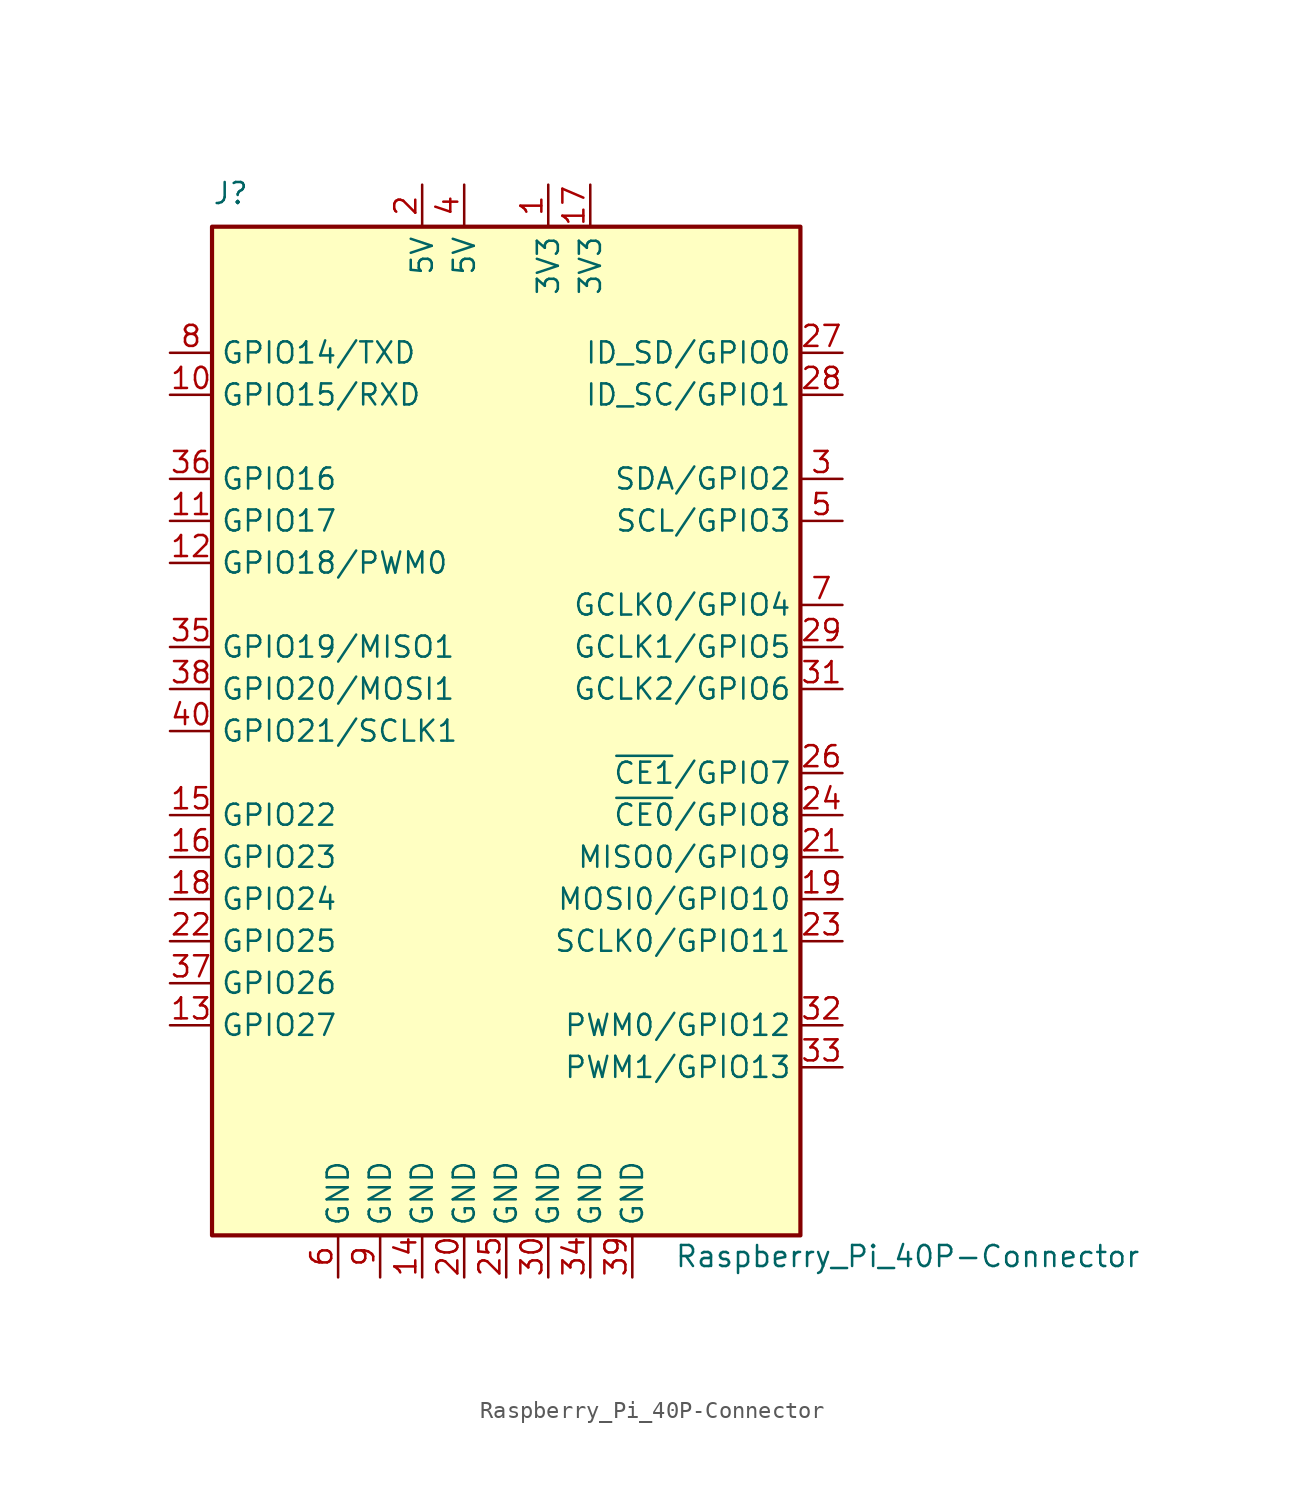
<source format=kicad_sym>
(kicad_symbol_lib
  (version 20200126)
  (host kicad_symbol_editor "(5.99.0-2251-g5226d6b4d)")
  (symbol "RaspberryPi:Raspberry_Pi_40P-Connector"
    (property "Reference" "J"
      (at -17.78 31.75 0)
      (effects (font (size 1.27 1.27)) (justify left bottom)))
    (property "Value" "Raspberry_Pi_40P-Connector"
      (at 10.16 -31.75 0)
      (effects (font (size 1.27 1.27)) (justify left)))
    (symbol "Raspberry_Pi_40P-Connector_0_1"
      (rectangle (start -17.78 30.48) (end 17.78 -30.48) (stroke (width 0.254)) (fill (type background))))
    (symbol "Raspberry_Pi_40P-Connector_1_1"
      (pin power_in line (at 2.54 33.02 270) (length 2.54) (name "3V3" (effects (font (size 1.27 1.27)))) (number "1" (effects (font (size 1.27 1.27)))))
      (pin bidirectional line (at -20.32 20.32 0) (length 2.54) (name "GPIO15/RXD" (effects (font (size 1.27 1.27)))) (number "10" (effects (font (size 1.27 1.27)))))
      (pin bidirectional line (at -20.32 12.7 0) (length 2.54) (name "GPIO17" (effects (font (size 1.27 1.27)))) (number "11" (effects (font (size 1.27 1.27)))))
      (pin bidirectional line (at -20.32 10.16 0) (length 2.54) (name "GPIO18/PWM0" (effects (font (size 1.27 1.27)))) (number "12" (effects (font (size 1.27 1.27)))))
      (pin bidirectional line (at -20.32 -17.78 0) (length 2.54) (name "GPIO27" (effects (font (size 1.27 1.27)))) (number "13" (effects (font (size 1.27 1.27)))))
      (pin power_in line (at -5.08 -33.02 90) (length 2.54) (name "GND" (effects (font (size 1.27 1.27)))) (number "14" (effects (font (size 1.27 1.27)))))
      (pin bidirectional line (at -20.32 -5.08 0) (length 2.54) (name "GPIO22" (effects (font (size 1.27 1.27)))) (number "15" (effects (font (size 1.27 1.27)))))
      (pin bidirectional line (at -20.32 -7.62 0) (length 2.54) (name "GPIO23" (effects (font (size 1.27 1.27)))) (number "16" (effects (font (size 1.27 1.27)))))
      (pin power_in line (at 5.08 33.02 270) (length 2.54) (name "3V3" (effects (font (size 1.27 1.27)))) (number "17" (effects (font (size 1.27 1.27)))))
      (pin bidirectional line (at -20.32 -10.16 0) (length 2.54) (name "GPIO24" (effects (font (size 1.27 1.27)))) (number "18" (effects (font (size 1.27 1.27)))))
      (pin bidirectional line (at 20.32 -10.16 180) (length 2.54) (name "MOSI0/GPIO10" (effects (font (size 1.27 1.27)))) (number "19" (effects (font (size 1.27 1.27)))))
      (pin power_in line (at -5.08 33.02 270) (length 2.54) (name "5V" (effects (font (size 1.27 1.27)))) (number "2" (effects (font (size 1.27 1.27)))))
      (pin power_in line (at -2.54 -33.02 90) (length 2.54) (name "GND" (effects (font (size 1.27 1.27)))) (number "20" (effects (font (size 1.27 1.27)))))
      (pin bidirectional line (at 20.32 -7.62 180) (length 2.54) (name "MISO0/GPIO9" (effects (font (size 1.27 1.27)))) (number "21" (effects (font (size 1.27 1.27)))))
      (pin bidirectional line (at -20.32 -12.7 0) (length 2.54) (name "GPIO25" (effects (font (size 1.27 1.27)))) (number "22" (effects (font (size 1.27 1.27)))))
      (pin bidirectional line (at 20.32 -12.7 180) (length 2.54) (name "SCLK0/GPIO11" (effects (font (size 1.27 1.27)))) (number "23" (effects (font (size 1.27 1.27)))))
      (pin bidirectional line (at 20.32 -5.08 180) (length 2.54) (name "~CE0~/GPIO8" (effects (font (size 1.27 1.27)))) (number "24" (effects (font (size 1.27 1.27)))))
      (pin power_in line (at 0 -33.02 90) (length 2.54) (name "GND" (effects (font (size 1.27 1.27)))) (number "25" (effects (font (size 1.27 1.27)))))
      (pin bidirectional line (at 20.32 -2.54 180) (length 2.54) (name "~CE1~/GPIO7" (effects (font (size 1.27 1.27)))) (number "26" (effects (font (size 1.27 1.27)))))
      (pin bidirectional line (at 20.32 22.86 180) (length 2.54) (name "ID_SD/GPIO0" (effects (font (size 1.27 1.27)))) (number "27" (effects (font (size 1.27 1.27)))))
      (pin bidirectional line (at 20.32 20.32 180) (length 2.54) (name "ID_SC/GPIO1" (effects (font (size 1.27 1.27)))) (number "28" (effects (font (size 1.27 1.27)))))
      (pin bidirectional line (at 20.32 5.08 180) (length 2.54) (name "GCLK1/GPIO5" (effects (font (size 1.27 1.27)))) (number "29" (effects (font (size 1.27 1.27)))))
      (pin bidirectional line (at 20.32 15.24 180) (length 2.54) (name "SDA/GPIO2" (effects (font (size 1.27 1.27)))) (number "3" (effects (font (size 1.27 1.27)))))
      (pin power_in line (at 2.54 -33.02 90) (length 2.54) (name "GND" (effects (font (size 1.27 1.27)))) (number "30" (effects (font (size 1.27 1.27)))))
      (pin bidirectional line (at 20.32 2.54 180) (length 2.54) (name "GCLK2/GPIO6" (effects (font (size 1.27 1.27)))) (number "31" (effects (font (size 1.27 1.27)))))
      (pin bidirectional line (at 20.32 -17.78 180) (length 2.54) (name "PWM0/GPIO12" (effects (font (size 1.27 1.27)))) (number "32" (effects (font (size 1.27 1.27)))))
      (pin bidirectional line (at 20.32 -20.32 180) (length 2.54) (name "PWM1/GPIO13" (effects (font (size 1.27 1.27)))) (number "33" (effects (font (size 1.27 1.27)))))
      (pin power_in line (at 5.08 -33.02 90) (length 2.54) (name "GND" (effects (font (size 1.27 1.27)))) (number "34" (effects (font (size 1.27 1.27)))))
      (pin bidirectional line (at -20.32 5.08 0) (length 2.54) (name "GPIO19/MISO1" (effects (font (size 1.27 1.27)))) (number "35" (effects (font (size 1.27 1.27)))))
      (pin bidirectional line (at -20.32 15.24 0) (length 2.54) (name "GPIO16" (effects (font (size 1.27 1.27)))) (number "36" (effects (font (size 1.27 1.27)))))
      (pin bidirectional line (at -20.32 -15.24 0) (length 2.54) (name "GPIO26" (effects (font (size 1.27 1.27)))) (number "37" (effects (font (size 1.27 1.27)))))
      (pin bidirectional line (at -20.32 2.54 0) (length 2.54) (name "GPIO20/MOSI1" (effects (font (size 1.27 1.27)))) (number "38" (effects (font (size 1.27 1.27)))))
      (pin power_in line (at 7.62 -33.02 90) (length 2.54) (name "GND" (effects (font (size 1.27 1.27)))) (number "39" (effects (font (size 1.27 1.27)))))
      (pin power_in line (at -2.54 33.02 270) (length 2.54) (name "5V" (effects (font (size 1.27 1.27)))) (number "4" (effects (font (size 1.27 1.27)))))
      (pin bidirectional line (at -20.32 0 0) (length 2.54) (name "GPIO21/SCLK1" (effects (font (size 1.27 1.27)))) (number "40" (effects (font (size 1.27 1.27)))))
      (pin bidirectional line (at 20.32 12.7 180) (length 2.54) (name "SCL/GPIO3" (effects (font (size 1.27 1.27)))) (number "5" (effects (font (size 1.27 1.27)))))
      (pin power_in line (at -10.16 -33.02 90) (length 2.54) (name "GND" (effects (font (size 1.27 1.27)))) (number "6" (effects (font (size 1.27 1.27)))))
      (pin bidirectional line (at 20.32 7.62 180) (length 2.54) (name "GCLK0/GPIO4" (effects (font (size 1.27 1.27)))) (number "7" (effects (font (size 1.27 1.27)))))
      (pin bidirectional line (at -20.32 22.86 0) (length 2.54) (name "GPIO14/TXD" (effects (font (size 1.27 1.27)))) (number "8" (effects (font (size 1.27 1.27)))))
      (pin power_in line (at -7.62 -33.02 90) (length 2.54) (name "GND" (effects (font (size 1.27 1.27)))) (number "9" (effects (font (size 1.27 1.27))))))))
</source>
